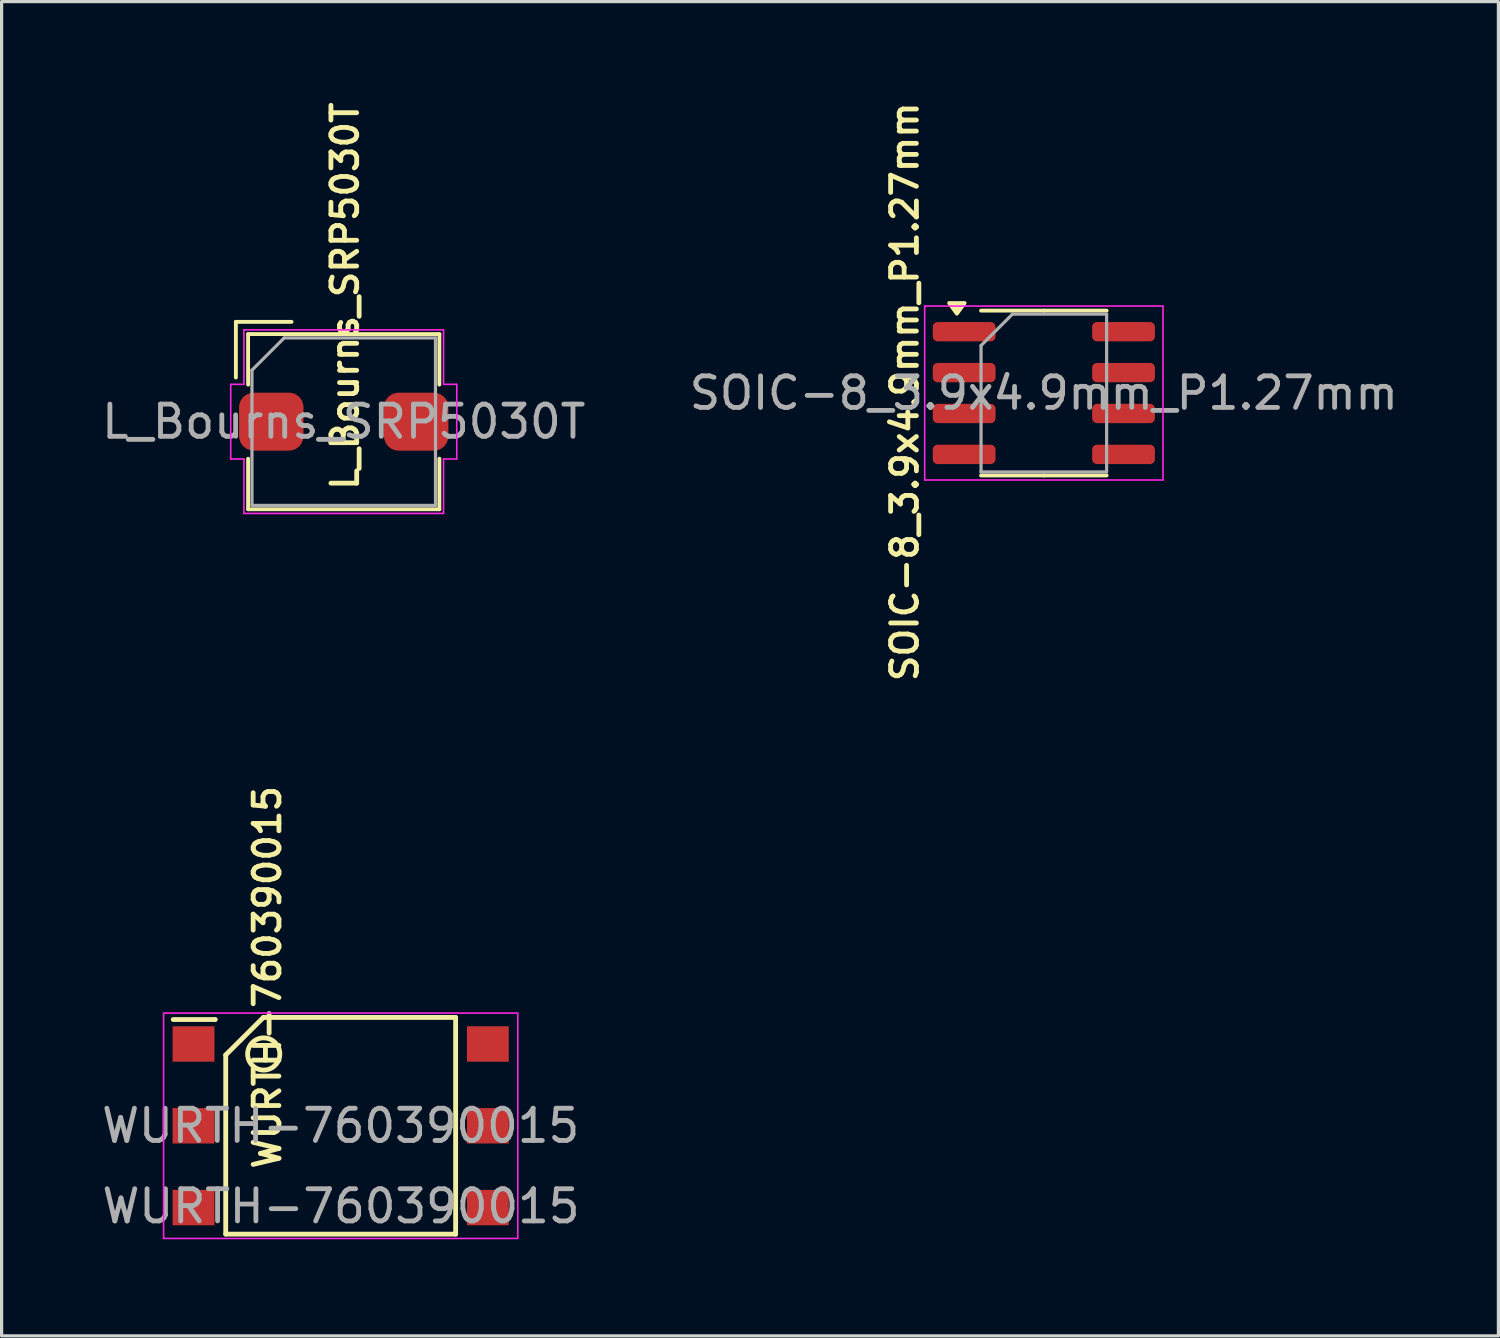
<source format=kicad_pcb>
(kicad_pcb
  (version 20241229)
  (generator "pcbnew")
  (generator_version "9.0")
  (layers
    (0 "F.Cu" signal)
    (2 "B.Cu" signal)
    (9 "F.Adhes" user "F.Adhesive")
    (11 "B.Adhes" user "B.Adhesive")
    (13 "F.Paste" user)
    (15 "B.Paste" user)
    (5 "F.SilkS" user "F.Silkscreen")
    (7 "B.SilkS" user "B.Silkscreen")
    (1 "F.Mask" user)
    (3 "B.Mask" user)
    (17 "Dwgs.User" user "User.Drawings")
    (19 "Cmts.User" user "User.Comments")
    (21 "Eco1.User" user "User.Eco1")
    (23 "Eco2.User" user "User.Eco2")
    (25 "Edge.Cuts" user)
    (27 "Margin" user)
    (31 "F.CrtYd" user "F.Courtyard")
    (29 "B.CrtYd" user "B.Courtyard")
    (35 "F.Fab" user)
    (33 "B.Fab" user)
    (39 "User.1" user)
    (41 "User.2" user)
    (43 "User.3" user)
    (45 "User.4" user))
  (footprint "L_Bourns_SRP5030T"
    (layer "F.Cu")
    (at 7.625 10.045)
    (property "Reference" "L_Bourns_SRP5030T" (at 0.04 -3.9 90) (layer "F.SilkS") (effects (font (size 0.8 0.8) (thickness 0.15))))
    (attr smd)
    (fp_line (start -3.35 -3.1) (end -1.62 -3.1) (stroke (width 0.12) (type solid)) (layer "F.SilkS"))
    (fp_line (start -3.35 -1.37) (end -3.35 -3.1) (stroke (width 0.12) (type solid)) (layer "F.SilkS"))
    (fp_line (start -2.97 -2.72) (end -2.97 -1.15) (stroke (width 0.12) (type solid)) (layer "F.SilkS"))
    (fp_line (start -2.97 -2.72) (end 2.97 -2.72) (stroke (width 0.12) (type solid)) (layer "F.SilkS"))
    (fp_line (start -2.97 1.15) (end -2.97 2.72) (stroke (width 0.12) (type solid)) (layer "F.SilkS"))
    (fp_line (start -2.97 2.72) (end 2.97 2.72) (stroke (width 0.12) (type solid)) (layer "F.SilkS"))
    (fp_line (start 2.97 -2.72) (end 2.97 -1.15) (stroke (width 0.12) (type solid)) (layer "F.SilkS"))
    (fp_line (start 2.97 1.15) (end 2.97 2.72) (stroke (width 0.12) (type solid)) (layer "F.SilkS"))
    (fp_line (start -3.51 -1.16) (end -3.51 1.16) (stroke (width 0.05) (type solid)) (layer "F.CrtYd"))
    (fp_line (start -3.51 1.16) (end -3.1 1.16) (stroke (width 0.05) (type solid)) (layer "F.CrtYd"))
    (fp_line (start -3.1 -2.85) (end -3.1 -1.16) (stroke (width 0.05) (type solid)) (layer "F.CrtYd"))
    (fp_line (start -3.1 -2.85) (end 3.1 -2.85) (stroke (width 0.05) (type solid)) (layer "F.CrtYd"))
    (fp_line (start -3.1 -1.16) (end -3.51 -1.16) (stroke (width 0.05) (type solid)) (layer "F.CrtYd"))
    (fp_line (start -3.1 1.16) (end -3.1 2.85) (stroke (width 0.05) (type solid)) (layer "F.CrtYd"))
    (fp_line (start -3.1 2.85) (end 3.1 2.85) (stroke (width 0.05) (type solid)) (layer "F.CrtYd"))
    (fp_line (start 3.1 -2.85) (end 3.1 -1.16) (stroke (width 0.05) (type solid)) (layer "F.CrtYd"))
    (fp_line (start 3.1 -1.16) (end 3.51 -1.16) (stroke (width 0.05) (type solid)) (layer "F.CrtYd"))
    (fp_line (start 3.1 1.16) (end 3.1 2.85) (stroke (width 0.05) (type solid)) (layer "F.CrtYd"))
    (fp_line (start 3.51 -1.16) (end 3.51 1.16) (stroke (width 0.05) (type solid)) (layer "F.CrtYd"))
    (fp_line (start 3.51 1.16) (end 3.1 1.16) (stroke (width 0.05) (type solid)) (layer "F.CrtYd"))
    (fp_line (start -2.85 -1.6) (end -1.85 -2.6) (stroke (width 0.1) (type solid)) (layer "F.Fab"))
    (fp_line (start -2.85 2.6) (end -2.85 -1.6) (stroke (width 0.1) (type solid)) (layer "F.Fab"))
    (fp_line (start -1.85 -2.6) (end 2.85 -2.6) (stroke (width 0.1) (type solid)) (layer "F.Fab"))
    (fp_line (start 2.85 -2.6) (end 2.85 2.6) (stroke (width 0.1) (type solid)) (layer "F.Fab"))
    (fp_line (start 2.85 2.6) (end -2.85 2.6) (stroke (width 0.1) (type solid)) (layer "F.Fab"))
    (fp_text user "${REFERENCE}" (at 0 0 0) (layer "F.Fab") (effects (font (size 1 1) (thickness 0.15))))
    (pad "1" smd roundrect (at -2.25 0) (size 2 1.8) (layers "F.Cu" "F.Mask" "F.Paste") (roundrect_rratio 0.25))
    (pad "2" smd roundrect (at 2.25 0) (size 2 1.8) (layers "F.Cu" "F.Mask" "F.Paste") (roundrect_rratio 0.25)))
  (footprint "WURTH-760390015"
    (layer "F.Cu")
    (at 7.54 31.912)
    (property "Reference" "WURTH-760390015" (at -2.29 -4.61 90) (unlocked yes) (layer "F.SilkS") (effects (font (size 0.8 0.8) (thickness 0.15))))
    (attr smd)
    (fp_line (start -5.21 -3.3) (end -3.91 -3.3) (stroke (width 0.15) (type solid)) (layer "F.SilkS"))
    (fp_line (start -3.91 -3.3) (end -3.91 -3.3) (stroke (width 0.15) (type solid)) (layer "F.SilkS"))
    (fp_line (start -3.58 -2.2) (end -2.41 -3.365) (stroke (width 0.15) (type solid)) (layer "F.SilkS"))
    (fp_line (start -3.58 3.365) (end -3.58 -2.2) (stroke (width 0.15) (type solid)) (layer "F.SilkS"))
    (fp_line (start -2.41 -3.365) (end 3.56 -3.365) (stroke (width 0.15) (type solid)) (layer "F.SilkS"))
    (fp_line (start 3.56 -3.365) (end 3.56 3.365) (stroke (width 0.15) (type solid)) (layer "F.SilkS"))
    (fp_line (start 3.56 3.365) (end -3.58 3.365) (stroke (width 0.15) (type solid)) (layer "F.SilkS"))
    (fp_circle (center -2.4 -2.23) (end -2 -1.93) (stroke (width 0.15) (type solid)) (fill no) (layer "F.SilkS"))
    (fp_rect (start -5.51 -3.5) (end 5.49 3.5) (stroke (width 0.05) (type default)) (fill no) (layer "F.CrtYd"))
    (fp_text user "${REFERENCE}" (at -0.01 0 180) (layer "F.Fab") (effects (font (size 1 1) (thickness 0.15))))
    (fp_text user "${REFERENCE}" (at 0 2.5 0) (unlocked yes) (layer "F.Fab") (effects (font (size 1 1) (thickness 0.15))))
    (pad "1" smd rect (at -4.58 -2.54) (size 1.3 1.1) (layers "F.Cu" "F.Mask" "F.Paste"))
    (pad "2" smd rect (at -4.58 0) (size 1.3 1.1) (layers "F.Cu" "F.Mask" "F.Paste"))
    (pad "3" smd rect (at -4.58 2.54) (size 1.3 1.1) (layers "F.Cu" "F.Mask" "F.Paste"))
    (pad "4" smd rect (at 4.56 2.54) (size 1.3 1.1) (layers "F.Cu" "F.Mask" "F.Paste"))
    (pad "5" smd rect (at 4.56 0) (size 1.3 1.1) (layers "F.Cu" "F.Mask" "F.Paste"))
    (pad "6" smd rect (at 4.56 -2.54) (size 1.3 1.1) (layers "F.Cu" "F.Mask" "F.Paste")))
  (footprint "SOIC-8_3.9x4.9mm_P1.27mm"
    (layer "F.Cu")
    (at 29.367 9.156)
    (property "Reference" "SOIC-8_3.9x4.9mm_P1.27mm" (at -4.32 -0.04 90) (layer "F.SilkS") (effects (font (size 0.8 0.8) (thickness 0.15))))
    (attr smd)
    (fp_line (start 0 -2.56) (end -1.95 -2.56) (stroke (width 0.12) (type solid)) (layer "F.SilkS"))
    (fp_line (start 0 -2.56) (end 1.95 -2.56) (stroke (width 0.12) (type solid)) (layer "F.SilkS"))
    (fp_line (start 0 2.56) (end -1.95 2.56) (stroke (width 0.12) (type solid)) (layer "F.SilkS"))
    (fp_line (start 0 2.56) (end 1.95 2.56) (stroke (width 0.12) (type solid)) (layer "F.SilkS"))
    (fp_poly (pts (xy -2.7 -2.465) (xy -2.94 -2.795) (xy -2.46 -2.795) (xy -2.7 -2.465)) (stroke (width 0.12) (type solid)) (fill yes) (layer "F.SilkS"))
    (fp_line (start -3.7 -2.7) (end -3.7 2.7) (stroke (width 0.05) (type solid)) (layer "F.CrtYd"))
    (fp_line (start -3.7 2.7) (end 3.7 2.7) (stroke (width 0.05) (type solid)) (layer "F.CrtYd"))
    (fp_line (start 3.7 -2.7) (end -3.7 -2.7) (stroke (width 0.05) (type solid)) (layer "F.CrtYd"))
    (fp_line (start 3.7 2.7) (end 3.7 -2.7) (stroke (width 0.05) (type solid)) (layer "F.CrtYd"))
    (fp_line (start -1.95 -1.475) (end -0.975 -2.45) (stroke (width 0.1) (type solid)) (layer "F.Fab"))
    (fp_line (start -1.95 2.45) (end -1.95 -1.475) (stroke (width 0.1) (type solid)) (layer "F.Fab"))
    (fp_line (start -0.975 -2.45) (end 1.95 -2.45) (stroke (width 0.1) (type solid)) (layer "F.Fab"))
    (fp_line (start 1.95 -2.45) (end 1.95 2.45) (stroke (width 0.1) (type solid)) (layer "F.Fab"))
    (fp_line (start 1.95 2.45) (end -1.95 2.45) (stroke (width 0.1) (type solid)) (layer "F.Fab"))
    (fp_text user "${REFERENCE}" (at 0 0 180) (layer "F.Fab") (effects (font (size 0.98 0.98) (thickness 0.15))))
    (pad "1" smd roundrect (at -2.475 -1.905) (size 1.95 0.6) (layers "F.Cu" "F.Mask" "F.Paste") (roundrect_rratio 0.25))
    (pad "2" smd roundrect (at -2.475 -0.635) (size 1.95 0.6) (layers "F.Cu" "F.Mask" "F.Paste") (roundrect_rratio 0.25))
    (pad "3" smd roundrect (at -2.475 0.635) (size 1.95 0.6) (layers "F.Cu" "F.Mask" "F.Paste") (roundrect_rratio 0.25))
    (pad "4" smd roundrect (at -2.475 1.905) (size 1.95 0.6) (layers "F.Cu" "F.Mask" "F.Paste") (roundrect_rratio 0.25))
    (pad "5" smd roundrect (at 2.475 1.905) (size 1.95 0.6) (layers "F.Cu" "F.Mask" "F.Paste") (roundrect_rratio 0.25))
    (pad "6" smd roundrect (at 2.475 0.635) (size 1.95 0.6) (layers "F.Cu" "F.Mask" "F.Paste") (roundrect_rratio 0.25))
    (pad "7" smd roundrect (at 2.475 -0.635) (size 1.95 0.6) (layers "F.Cu" "F.Mask" "F.Paste") (roundrect_rratio 0.25))
    (pad "8" smd roundrect (at 2.475 -1.905) (size 1.95 0.6) (layers "F.Cu" "F.Mask" "F.Paste") (roundrect_rratio 0.25)))
  (gr_rect
    (start -3 -3)
    (end 43.484 38.437)
    (stroke (width 0.1) (type default))
    (fill no)
    (layer "Edge.Cuts")))
</source>
